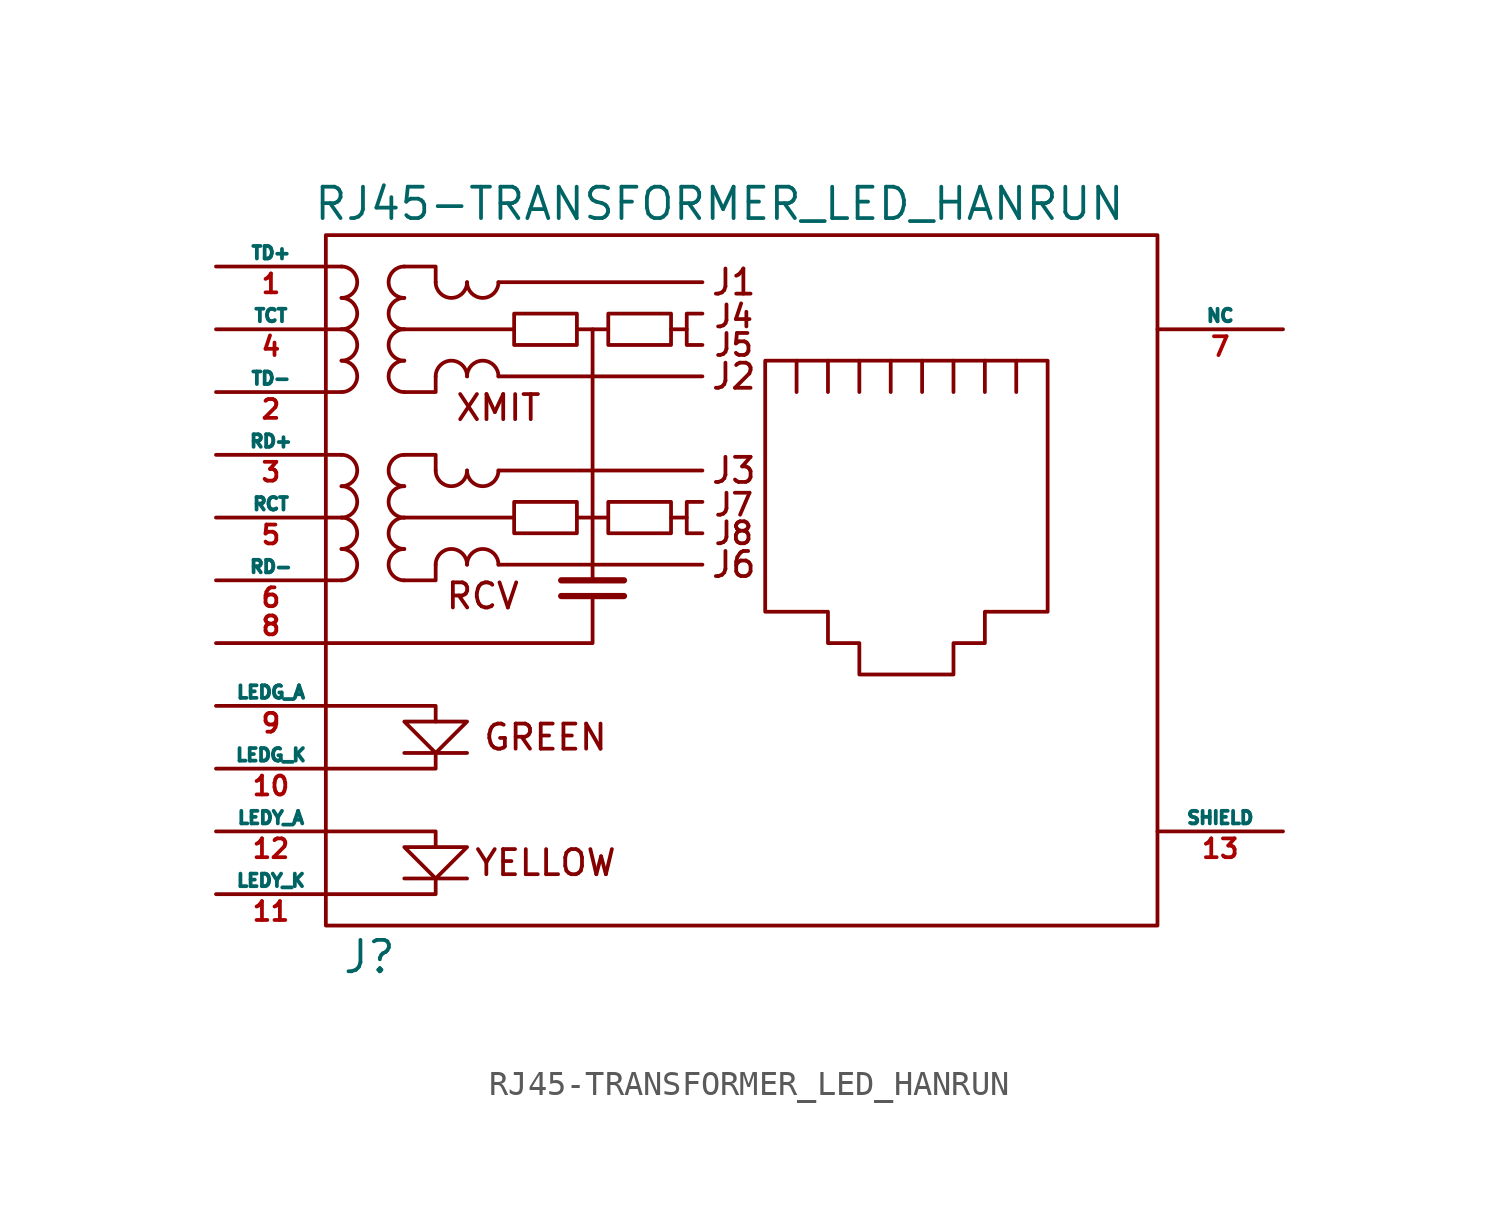
<source format=kicad_sym>
(kicad_symbol_lib
  (version 20211014)
  (generator kicad_symbol_editor)
  (symbol "RJ45-TRANSFORMER_LED_HANRUN"
    (pin_names
      (offset 0))
    (property "Reference" "J"
      (at -22.86 -15.24 0)
      (effects (font (size 1.27 1.27)) (justify left)))
    (property "Value" "RJ45-TRANSFORMER_LED_HANRUN"
      (at 8.89 15.24 0)
      (effects (font (size 1.27 1.27)) (justify right)))
    (property "Footprint" ""
      (at 0 0 0)
      (effects (font (size 1.27 1.27))))
    (property "Datasheet" ""
      (at 0 0 0)
      (effects (font (size 1.27 1.27))))
    (symbol "RJ45-TRANSFORMER_LED_HANRUN_0_0"
      (polyline (pts (xy -17.78 -12.065) (xy -20.32 -12.065) (xy -20.32 -12.065)) (stroke (width 0) (type default) (color 0 0 0 0)) (fill (type none)))
      (polyline (pts (xy -17.78 -6.985) (xy -20.32 -6.985) (xy -20.32 -6.985)) (stroke (width 0) (type default) (color 0 0 0 0)) (fill (type none)))
      (polyline (pts (xy -12.7 2.54) (xy -12.7 0) (xy -12.7 0)) (stroke (width 0) (type default) (color 0 0 0 0)) (fill (type none)))
      (polyline (pts (xy -12.7 10.16) (xy -12.7 2.54) (xy -12.7 2.54)) (stroke (width 0) (type default) (color 0 0 0 0)) (fill (type none)))
      (polyline (pts (xy -11.43 -0.635) (xy -13.97 -0.635) (xy -13.97 -0.635)) (stroke (width 0.254) (type default) (color 0 0 0 0)) (fill (type none)))
      (polyline (pts (xy -8.89 2.54) (xy -9.525 2.54) (xy -9.525 2.54)) (stroke (width 0) (type default) (color 0 0 0 0)) (fill (type none)))
      (polyline (pts (xy -8.89 10.16) (xy -9.525 10.16) (xy -9.525 10.16)) (stroke (width 0) (type default) (color 0 0 0 0)) (fill (type none)))
      (polyline (pts (xy -23.495 -12.7) (xy -19.05 -12.7) (xy -19.05 -12.065) (xy -19.05 -12.065)) (stroke (width 0) (type default) (color 0 0 0 0)) (fill (type none)))
      (polyline (pts (xy -23.495 -10.16) (xy -19.05 -10.16) (xy -19.05 -10.795) (xy -19.05 -10.795)) (stroke (width 0) (type default) (color 0 0 0 0)) (fill (type none)))
      (polyline (pts (xy -23.495 -5.08) (xy -19.05 -5.08) (xy -19.05 -5.715) (xy -19.05 -5.715)) (stroke (width 0) (type default) (color 0 0 0 0)) (fill (type none)))
      (polyline (pts (xy -19.05 -6.985) (xy -19.05 -7.62) (xy -23.495 -7.62) (xy -22.86 -7.62)) (stroke (width 0) (type default) (color 0 0 0 0)) (fill (type none)))
      (polyline (pts (xy -12.7 -0.635) (xy -12.7 -2.54) (xy -23.495 -2.54) (xy -22.225 -2.54)) (stroke (width 0) (type default) (color 0 0 0 0)) (fill (type none)))
      (polyline (pts (xy -11.43 0) (xy -13.335 0) (xy -13.97 0) (xy -13.97 0)) (stroke (width 0.254) (type default) (color 0 0 0 0)) (fill (type none)))
      (polyline (pts (xy -20.32 -5.715) (xy -17.78 -5.715) (xy -19.05 -6.985) (xy -20.32 -5.715) (xy -20.32 -5.715)) (stroke (width 0) (type default) (color 0 0 0 0)) (fill (type none)))
      (polyline (pts (xy -17.78 -10.795) (xy -20.32 -10.795) (xy -19.05 -12.065) (xy -17.78 -10.795) (xy -17.78 -10.795)) (stroke (width 0) (type default) (color 0 0 0 0)) (fill (type none)))
      (polyline (pts (xy -8.255 3.175) (xy -8.89 3.175) (xy -8.89 1.905) (xy -8.255 1.905) (xy -8.255 1.905)) (stroke (width 0) (type default) (color 0 0 0 0)) (fill (type none)))
      (polyline (pts (xy -8.255 10.795) (xy -8.89 10.795) (xy -8.89 9.525) (xy -8.255 9.525) (xy -8.255 9.525)) (stroke (width 0) (type default) (color 0 0 0 0)) (fill (type none)))
      (text "GREEN" (at -14.605 -6.35 0) (effects (font (size 1.016 1.016))))
      (text "J1" (at -6.985 12.065 0) (effects (font (size 1.016 1.016))))
      (text "J2" (at -6.985 8.255 0) (effects (font (size 1.016 1.016))))
      (text "J3" (at -6.985 4.445 0) (effects (font (size 1.016 1.016))))
      (text "J4" (at -6.985 10.16 0) (effects (font (size 0.889 0.889)) (justify bottom)))
      (text "J5" (at -6.985 9.525 0) (effects (font (size 0.889 0.889))))
      (text "J6" (at -6.985 0.635 0) (effects (font (size 1.016 1.016))))
      (text "J7" (at -6.985 2.54 0) (effects (font (size 0.889 0.889)) (justify bottom)))
      (text "J8" (at -6.985 1.905 0) (effects (font (size 0.889 0.889))))
      (text "RCV" (at -17.145 -0.635 0) (effects (font (size 1.016 1.016))))
      (text "XMIT" (at -16.51 6.985 0) (effects (font (size 1.016 1.016))))
      (text "YELLOW" (at -14.605 -11.43 0) (effects (font (size 1.016 1.016)))))
    (symbol "RJ45-TRANSFORMER_LED_HANRUN_0_1"
      (rectangle (start -23.495 -13.97) (end 10.16 13.97) (stroke (width 0) (type default) (color 0 0 0 0)) (fill (type none)))
      (arc (start -22.86 0) (mid -22.225 0.635) (end -22.86 1.27) (stroke (width 0) (type default) (color 0 0 0 0)) (fill (type none)))
      (arc (start -22.86 1.27) (mid -22.225 1.905) (end -22.86 2.54) (stroke (width 0) (type default) (color 0 0 0 0)) (fill (type none)))
      (arc (start -22.86 2.54) (mid -22.225 3.175) (end -22.86 3.81) (stroke (width 0) (type default) (color 0 0 0 0)) (fill (type none)))
      (arc (start -22.86 3.81) (mid -22.225 4.445) (end -22.86 5.08) (stroke (width 0) (type default) (color 0 0 0 0)) (fill (type none)))
      (arc (start -22.86 7.62) (mid -22.225 8.255) (end -22.86 8.89) (stroke (width 0) (type default) (color 0 0 0 0)) (fill (type none)))
      (arc (start -22.86 8.89) (mid -22.225 9.525) (end -22.86 10.16) (stroke (width 0) (type default) (color 0 0 0 0)) (fill (type none)))
      (arc (start -22.86 10.16) (mid -22.225 10.795) (end -22.86 11.43) (stroke (width 0) (type default) (color 0 0 0 0)) (fill (type none)))
      (arc (start -22.86 11.43) (mid -22.225 12.065) (end -22.86 12.7) (stroke (width 0) (type default) (color 0 0 0 0)) (fill (type none)))
      (arc (start -20.32 1.27) (mid -20.955 0.635) (end -20.32 0) (stroke (width 0) (type default) (color 0 0 0 0)) (fill (type none)))
      (arc (start -20.32 2.54) (mid -20.955 1.905) (end -20.32 1.27) (stroke (width 0) (type default) (color 0 0 0 0)) (fill (type none)))
      (arc (start -20.32 3.81) (mid -20.955 3.175) (end -20.32 2.54) (stroke (width 0) (type default) (color 0 0 0 0)) (fill (type none)))
      (arc (start -20.32 5.08) (mid -20.955 4.445) (end -20.32 3.81) (stroke (width 0) (type default) (color 0 0 0 0)) (fill (type none)))
      (arc (start -20.32 8.89) (mid -20.955 8.255) (end -20.32 7.62) (stroke (width 0) (type default) (color 0 0 0 0)) (fill (type none)))
      (arc (start -20.32 10.16) (mid -20.955 9.525) (end -20.32 8.89) (stroke (width 0) (type default) (color 0 0 0 0)) (fill (type none)))
      (arc (start -20.32 11.43) (mid -20.955 10.795) (end -20.32 10.16) (stroke (width 0) (type default) (color 0 0 0 0)) (fill (type none)))
      (arc (start -20.32 12.7) (mid -20.955 12.065) (end -20.32 11.43) (stroke (width 0) (type default) (color 0 0 0 0)) (fill (type none)))
      (arc (start -19.05 4.445) (mid -18.415 3.81) (end -17.78 4.445) (stroke (width 0) (type default) (color 0 0 0 0)) (fill (type none)))
      (arc (start -19.05 12.065) (mid -18.415 11.43) (end -17.78 12.065) (stroke (width 0) (type default) (color 0 0 0 0)) (fill (type none)))
      (arc (start -17.78 0.635) (mid -18.415 1.27) (end -19.05 0.635) (stroke (width 0) (type default) (color 0 0 0 0)) (fill (type none)))
      (arc (start -17.78 4.445) (mid -17.145 3.81) (end -16.51 4.445) (stroke (width 0) (type default) (color 0 0 0 0)) (fill (type none)))
      (arc (start -17.78 8.255) (mid -18.415 8.89) (end -19.05 8.255) (stroke (width 0) (type default) (color 0 0 0 0)) (fill (type none)))
      (arc (start -17.78 12.065) (mid -17.145 11.43) (end -16.51 12.065) (stroke (width 0) (type default) (color 0 0 0 0)) (fill (type none)))
      (arc (start -16.51 0.635) (mid -17.145 1.27) (end -17.78 0.635) (stroke (width 0) (type default) (color 0 0 0 0)) (fill (type none)))
      (arc (start -16.51 8.255) (mid -17.145 8.89) (end -17.78 8.255) (stroke (width 0) (type default) (color 0 0 0 0)) (fill (type none)))
      (rectangle (start -15.875 3.175) (end -13.335 1.905) (stroke (width 0) (type default) (color 0 0 0 0)) (fill (type none)))
      (rectangle (start -15.875 10.795) (end -13.335 9.525) (stroke (width 0) (type default) (color 0 0 0 0)) (fill (type none)))
      (rectangle (start -12.065 3.175) (end -9.525 1.905) (stroke (width 0) (type default) (color 0 0 0 0)) (fill (type none)))
      (rectangle (start -12.065 10.795) (end -9.525 9.525) (stroke (width 0) (type default) (color 0 0 0 0)) (fill (type none)))
      (polyline (pts (xy -22.86 0) (xy -23.495 0) (xy -23.495 0)) (stroke (width 0) (type default) (color 0 0 0 0)) (fill (type none)))
      (polyline (pts (xy -22.86 2.54) (xy -23.495 2.54) (xy -23.495 2.54)) (stroke (width 0) (type default) (color 0 0 0 0)) (fill (type none)))
      (polyline (pts (xy -22.86 5.08) (xy -23.495 5.08) (xy -23.495 5.08)) (stroke (width 0) (type default) (color 0 0 0 0)) (fill (type none)))
      (polyline (pts (xy -22.86 7.62) (xy -23.495 7.62) (xy -23.495 7.62)) (stroke (width 0) (type default) (color 0 0 0 0)) (fill (type none)))
      (polyline (pts (xy -22.86 10.16) (xy -23.495 10.16) (xy -23.495 10.16)) (stroke (width 0) (type default) (color 0 0 0 0)) (fill (type none)))
      (polyline (pts (xy -16.51 0.635) (xy -8.255 0.635) (xy -8.255 0.635)) (stroke (width 0) (type default) (color 0 0 0 0)) (fill (type none)))
      (polyline (pts (xy -16.51 4.445) (xy -8.255 4.445) (xy -8.255 4.445)) (stroke (width 0) (type default) (color 0 0 0 0)) (fill (type none)))
      (polyline (pts (xy -16.51 8.255) (xy -8.255 8.255) (xy -8.255 8.255)) (stroke (width 0) (type default) (color 0 0 0 0)) (fill (type none)))
      (polyline (pts (xy -16.51 12.065) (xy -8.255 12.065) (xy -8.255 12.065)) (stroke (width 0) (type default) (color 0 0 0 0)) (fill (type none)))
      (polyline (pts (xy -13.335 2.54) (xy -12.065 2.54) (xy -12.065 2.54)) (stroke (width 0) (type default) (color 0 0 0 0)) (fill (type none)))
      (polyline (pts (xy -13.335 10.16) (xy -12.065 10.16) (xy -12.065 10.16)) (stroke (width 0) (type default) (color 0 0 0 0)) (fill (type none)))
      (polyline (pts (xy -4.445 7.62) (xy -4.445 8.89) (xy -4.445 8.89)) (stroke (width 0) (type default) (color 0 0 0 0)) (fill (type none)))
      (polyline (pts (xy -3.175 8.89) (xy -3.175 7.62) (xy -3.175 7.62)) (stroke (width 0) (type default) (color 0 0 0 0)) (fill (type none)))
      (polyline (pts (xy -1.905 8.89) (xy -1.905 7.62) (xy -1.905 7.62)) (stroke (width 0) (type default) (color 0 0 0 0)) (fill (type none)))
      (polyline (pts (xy -0.635 8.89) (xy -0.635 7.62) (xy -0.635 7.62)) (stroke (width 0) (type default) (color 0 0 0 0)) (fill (type none)))
      (polyline (pts (xy 0.635 8.89) (xy 0.635 7.62) (xy 0.635 7.62)) (stroke (width 0) (type default) (color 0 0 0 0)) (fill (type none)))
      (polyline (pts (xy 1.905 8.89) (xy 1.905 7.62) (xy 1.905 7.62)) (stroke (width 0) (type default) (color 0 0 0 0)) (fill (type none)))
      (polyline (pts (xy 3.175 7.62) (xy 3.175 8.89) (xy 3.175 8.89)) (stroke (width 0) (type default) (color 0 0 0 0)) (fill (type none)))
      (polyline (pts (xy 4.445 7.62) (xy 4.445 8.89) (xy 4.445 8.89)) (stroke (width 0) (type default) (color 0 0 0 0)) (fill (type none)))
      (polyline (pts (xy -22.86 12.7) (xy -23.495 12.7) (xy -23.495 12.7) (xy -23.495 12.7)) (stroke (width 0) (type default) (color 0 0 0 0)) (fill (type none)))
      (polyline (pts (xy -19.05 0.635) (xy -19.05 0) (xy -20.32 0) (xy -20.32 0)) (stroke (width 0) (type default) (color 0 0 0 0)) (fill (type none)))
      (polyline (pts (xy -19.05 8.255) (xy -19.05 7.62) (xy -20.32 7.62) (xy -20.32 7.62)) (stroke (width 0) (type default) (color 0 0 0 0)) (fill (type none)))
      (polyline (pts (xy -15.875 2.54) (xy -20.32 2.54) (xy -20.32 2.54) (xy -20.32 2.54)) (stroke (width 0) (type default) (color 0 0 0 0)) (fill (type none)))
      (polyline (pts (xy -15.875 10.16) (xy -20.32 10.16) (xy -20.32 10.16) (xy -20.32 10.16)) (stroke (width 0) (type default) (color 0 0 0 0)) (fill (type none)))
      (polyline (pts (xy -20.32 5.08) (xy -19.05 5.08) (xy -19.05 4.445) (xy -19.05 4.445) (xy -19.05 4.445) (xy -19.05 4.445)) (stroke (width 0) (type default) (color 0 0 0 0)) (fill (type none)))
      (polyline (pts (xy -20.32 12.7) (xy -19.05 12.7) (xy -19.05 12.065) (xy -19.05 12.065) (xy -19.05 12.065) (xy -19.05 12.065)) (stroke (width 0) (type default) (color 0 0 0 0)) (fill (type none)))
      (polyline (pts (xy -5.715 8.89) (xy 5.715 8.89) (xy 5.715 -1.27) (xy 3.175 -1.27) (xy 3.175 -2.54) (xy 1.905 -2.54) (xy 1.905 -3.81) (xy -1.905 -3.81) (xy -1.905 -2.54) (xy -3.175 -2.54) (xy -3.175 -1.27) (xy -5.715 -1.27) (xy -5.715 8.89) (xy -5.715 8.89)) (stroke (width 0) (type default) (color 0 0 0 0)) (fill (type none))))
    (symbol "RJ45-TRANSFORMER_LED_HANRUN_1_1"
      (pin passive line (at -27.94 12.7 0) (length 4.445) (name "TD+" (effects (font (size 0.508 0.508)))) (number "1" (effects (font (size 0.762 0.762)))))
      (pin passive line (at -27.94 -7.62 0) (length 4.445) (name "LEDG_K" (effects (font (size 0.508 0.508)))) (number "10" (effects (font (size 0.762 0.762)))))
      (pin passive line (at -27.94 -12.7 0) (length 4.445) (name "LEDY_K" (effects (font (size 0.508 0.508)))) (number "11" (effects (font (size 0.762 0.762)))))
      (pin passive line (at -27.94 -10.16 0) (length 4.445) (name "LEDY_A" (effects (font (size 0.508 0.508)))) (number "12" (effects (font (size 0.762 0.762)))))
      (pin passive line (at 15.24 -10.16 180) (length 5.08) (name "SHIELD" (effects (font (size 0.508 0.508)))) (number "13" (effects (font (size 0.762 0.762)))))
      (pin passive line (at -27.94 7.62 0) (length 4.445) (name "TD-" (effects (font (size 0.508 0.508)))) (number "2" (effects (font (size 0.762 0.762)))))
      (pin passive line (at -27.94 5.08 0) (length 4.445) (name "RD+" (effects (font (size 0.508 0.508)))) (number "3" (effects (font (size 0.762 0.762)))))
      (pin passive line (at -27.94 10.16 0) (length 4.445) (name "TCT" (effects (font (size 0.508 0.508)))) (number "4" (effects (font (size 0.762 0.762)))))
      (pin passive line (at -27.94 2.54 0) (length 4.445) (name "RCT" (effects (font (size 0.508 0.508)))) (number "5" (effects (font (size 0.762 0.762)))))
      (pin passive line (at -27.94 0 0) (length 4.445) (name "RD-" (effects (font (size 0.508 0.508)))) (number "6" (effects (font (size 0.762 0.762)))))
      (pin passive line (at 15.24 10.16 180) (length 5.08) (name "NC" (effects (font (size 0.508 0.508)))) (number "7" (effects (font (size 0.762 0.762)))))
      (pin passive line (at -27.94 -2.54 0) (length 4.445) (name "~" (effects (font (size 0.508 0.508)))) (number "8" (effects (font (size 0.762 0.762)))))
      (pin passive line (at -27.94 -5.08 0) (length 4.445) (name "LEDG_A" (effects (font (size 0.508 0.508)))) (number "9" (effects (font (size 0.762 0.762))))))))
</source>
